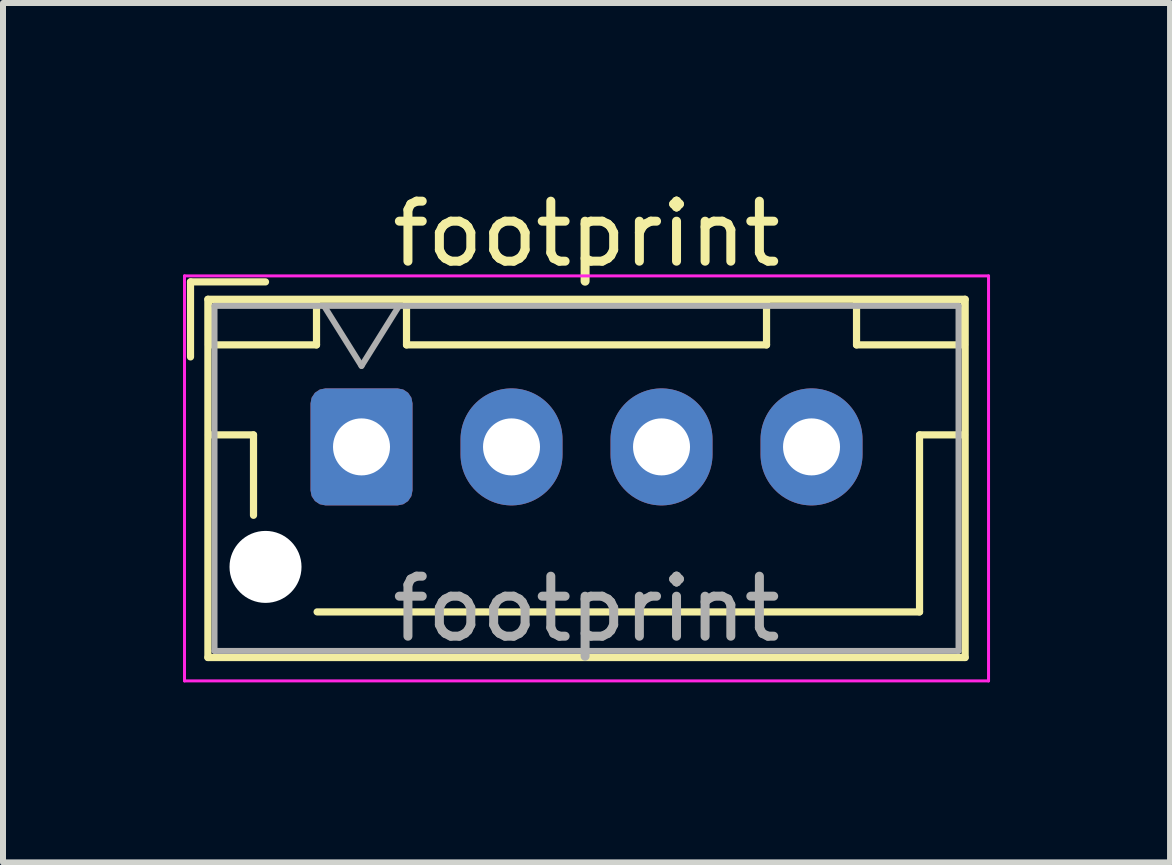
<source format=kicad_pcb>
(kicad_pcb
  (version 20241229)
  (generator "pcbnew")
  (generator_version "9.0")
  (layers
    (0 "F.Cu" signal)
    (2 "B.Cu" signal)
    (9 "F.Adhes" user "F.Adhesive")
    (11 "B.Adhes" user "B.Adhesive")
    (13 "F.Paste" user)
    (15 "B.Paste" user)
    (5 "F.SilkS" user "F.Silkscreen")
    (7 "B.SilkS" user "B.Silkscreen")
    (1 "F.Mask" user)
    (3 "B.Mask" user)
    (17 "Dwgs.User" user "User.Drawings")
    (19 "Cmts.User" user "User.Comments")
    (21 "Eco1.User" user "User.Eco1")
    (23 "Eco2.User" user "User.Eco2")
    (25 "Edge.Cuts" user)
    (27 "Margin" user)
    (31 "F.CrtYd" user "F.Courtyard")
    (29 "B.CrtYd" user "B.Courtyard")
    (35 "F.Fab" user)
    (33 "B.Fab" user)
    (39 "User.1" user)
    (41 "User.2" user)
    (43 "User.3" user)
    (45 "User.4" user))
  (footprint "footprint"
    (layer "F.Cu")
    (at 2.975 4.398)
    (property "Reference" "footprint" (at 3.75 -3.55 0) (layer "F.SilkS") (effects (font (size 1 1) (thickness 0.15))))
    (attr through_hole)
    (fp_line (start -2.85 -2.75) (end -2.85 -1.5) (stroke (width 0.12) (type solid)) (layer "F.SilkS"))
    (fp_line (start -2.56 -2.46) (end -2.56 3.51) (stroke (width 0.12) (type solid)) (layer "F.SilkS"))
    (fp_line (start -2.56 3.51) (end 10.06 3.51) (stroke (width 0.12) (type solid)) (layer "F.SilkS"))
    (fp_line (start -2.55 -2.45) (end -2.55 -1.7) (stroke (width 0.12) (type solid)) (layer "F.SilkS"))
    (fp_line (start -2.55 -1.7) (end -0.75 -1.7) (stroke (width 0.12) (type solid)) (layer "F.SilkS"))
    (fp_line (start -2.55 -0.2) (end -1.8 -0.2) (stroke (width 0.12) (type solid)) (layer "F.SilkS"))
    (fp_line (start -1.8 -0.2) (end -1.8 1.14) (stroke (width 0.12) (type solid)) (layer "F.SilkS"))
    (fp_line (start -1.6 -2.75) (end -2.85 -2.75) (stroke (width 0.12) (type solid)) (layer "F.SilkS"))
    (fp_line (start -0.75 -2.45) (end -2.55 -2.45) (stroke (width 0.12) (type solid)) (layer "F.SilkS"))
    (fp_line (start -0.75 -1.7) (end -0.75 -2.45) (stroke (width 0.12) (type solid)) (layer "F.SilkS"))
    (fp_line (start 0.75 -2.45) (end 0.75 -1.7) (stroke (width 0.12) (type solid)) (layer "F.SilkS"))
    (fp_line (start 0.75 -1.7) (end 6.75 -1.7) (stroke (width 0.12) (type solid)) (layer "F.SilkS"))
    (fp_line (start 3.75 2.75) (end -0.74 2.75) (stroke (width 0.12) (type solid)) (layer "F.SilkS"))
    (fp_line (start 6.75 -2.45) (end 0.75 -2.45) (stroke (width 0.12) (type solid)) (layer "F.SilkS"))
    (fp_line (start 6.75 -1.7) (end 6.75 -2.45) (stroke (width 0.12) (type solid)) (layer "F.SilkS"))
    (fp_line (start 8.25 -2.45) (end 8.25 -1.7) (stroke (width 0.12) (type solid)) (layer "F.SilkS"))
    (fp_line (start 8.25 -1.7) (end 10.05 -1.7) (stroke (width 0.12) (type solid)) (layer "F.SilkS"))
    (fp_line (start 9.3 -0.2) (end 9.3 2.75) (stroke (width 0.12) (type solid)) (layer "F.SilkS"))
    (fp_line (start 9.3 2.75) (end 3.75 2.75) (stroke (width 0.12) (type solid)) (layer "F.SilkS"))
    (fp_line (start 10.05 -2.45) (end 8.25 -2.45) (stroke (width 0.12) (type solid)) (layer "F.SilkS"))
    (fp_line (start 10.05 -1.7) (end 10.05 -2.45) (stroke (width 0.12) (type solid)) (layer "F.SilkS"))
    (fp_line (start 10.05 -0.2) (end 9.3 -0.2) (stroke (width 0.12) (type solid)) (layer "F.SilkS"))
    (fp_line (start 10.06 -2.46) (end -2.56 -2.46) (stroke (width 0.12) (type solid)) (layer "F.SilkS"))
    (fp_line (start 10.06 3.51) (end 10.06 -2.46) (stroke (width 0.12) (type solid)) (layer "F.SilkS"))
    (fp_line (start -2.95 -2.85) (end -2.95 3.9) (stroke (width 0.05) (type solid)) (layer "F.CrtYd"))
    (fp_line (start -2.95 3.9) (end 10.45 3.9) (stroke (width 0.05) (type solid)) (layer "F.CrtYd"))
    (fp_line (start 10.45 -2.85) (end -2.95 -2.85) (stroke (width 0.05) (type solid)) (layer "F.CrtYd"))
    (fp_line (start 10.45 3.9) (end 10.45 -2.85) (stroke (width 0.05) (type solid)) (layer "F.CrtYd"))
    (fp_line (start -2.45 -2.35) (end -2.45 3.4) (stroke (width 0.1) (type solid)) (layer "F.Fab"))
    (fp_line (start -2.45 3.4) (end 9.95 3.4) (stroke (width 0.1) (type solid)) (layer "F.Fab"))
    (fp_line (start -0.625 -2.35) (end 0 -1.35) (stroke (width 0.1) (type solid)) (layer "F.Fab"))
    (fp_line (start 0 -1.35) (end 0.625 -2.35) (stroke (width 0.1) (type solid)) (layer "F.Fab"))
    (fp_line (start 9.95 -2.35) (end -2.45 -2.35) (stroke (width 0.1) (type solid)) (layer "F.Fab"))
    (fp_line (start 9.95 3.4) (end 9.95 -2.35) (stroke (width 0.1) (type solid)) (layer "F.Fab"))
    (fp_text user "${REFERENCE}" (at 3.75 2.7 0) (layer "F.Fab") (effects (font (size 1 1) (thickness 0.15))))
    (pad "" np_thru_hole circle (at -1.6 2) (size 1.2 1.2) (drill 1.2) (layers "*.Cu" "*.Mask"))
    (pad "1" thru_hole roundrect (at 0 0) (size 1.7 1.95) (drill 0.95) (layers "*.Cu" "*.Mask") (roundrect_rratio 0.147))
    (pad "2" thru_hole oval (at 2.5 0) (size 1.7 1.95) (drill 0.95) (layers "*.Cu" "*.Mask"))
    (pad "3" thru_hole oval (at 5 0) (size 1.7 1.95) (drill 0.95) (layers "*.Cu" "*.Mask"))
    (pad "4" thru_hole oval (at 7.5 0) (size 1.7 1.95) (drill 0.95) (layers "*.Cu" "*.Mask")))
  (gr_rect
    (start -3 -3)
    (end 16.45 11.323)
    (stroke (width 0.1) (type default))
    (fill no)
    (layer "Edge.Cuts")))
</source>
